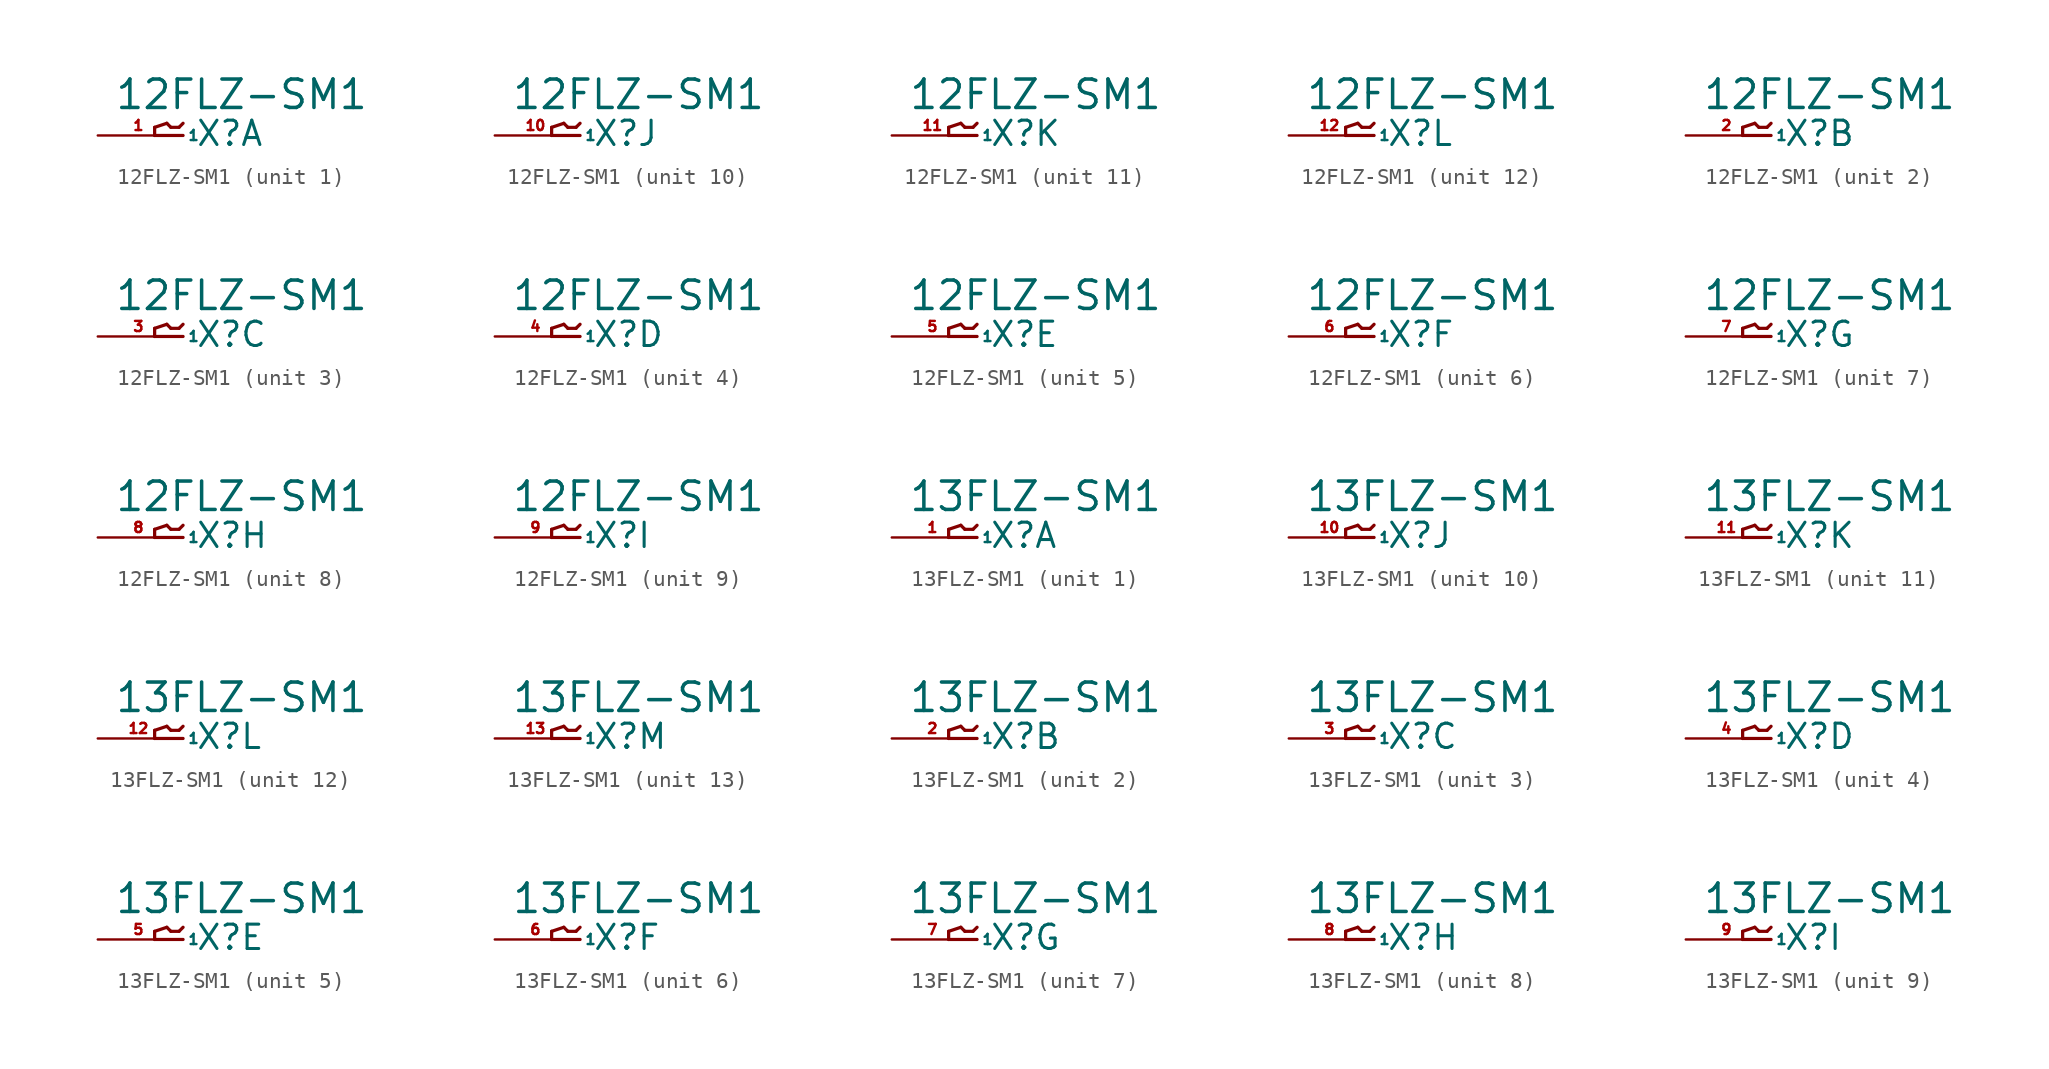
<source format=kicad_sym>
(kicad_symbol_lib
  (version 20220914)
  (generator Eagle2Kicad)
  (symbol "12FLZ-SM1"
    (property "Reference" "X"
      (at 1.016 -0.762 0)
      (effects (font (size 1.524 1.524) (thickness 0.19)) (justify left bottom)))
    (property "Value" "12FLZ-SM1"
      (at -4.064 1.524 0)
      (effects (font (size 1.778 1.778) (thickness 0.22)) (justify left bottom)))
    (symbol "12FLZ-SM1_1_0"
      (polyline (pts (xy 0.254 0) (xy -1.524 0)) (stroke (width 0.203) (type default)) (fill (type none)))
      (polyline (pts (xy -1.524 0) (xy -1.524 0.508)) (stroke (width 0.203) (type default)) (fill (type none)))
      (polyline (pts (xy -1.524 0.508) (xy -0.762 0.762)) (stroke (width 0.203) (type default)) (fill (type none)))
      (polyline (pts (xy -0.762 0.762) (xy -0.508 0.508)) (stroke (width 0.203) (type default)) (fill (type none)))
      (polyline (pts (xy -0.508 0.508) (xy 0 0.508)) (stroke (width 0.203) (type default)) (fill (type none)))
      (polyline (pts (xy 0 0.508) (xy 0.254 0.762)) (stroke (width 0.203) (type default)) (fill (type none)))
      (pin passive line (at -5.08 0 0) (length 5.08) (name "1" (effects (font (size 0.635 0.635) (thickness 0.08)) (justify left bottom))) (number "1" (effects (font (size 0.635 0.635) (thickness 0.08)) (justify left bottom)))))
    (symbol "12FLZ-SM1_2_0"
      (polyline (pts (xy 0.254 0) (xy -1.524 0)) (stroke (width 0.203) (type default)) (fill (type none)))
      (polyline (pts (xy -1.524 0) (xy -1.524 0.508)) (stroke (width 0.203) (type default)) (fill (type none)))
      (polyline (pts (xy -1.524 0.508) (xy -0.762 0.762)) (stroke (width 0.203) (type default)) (fill (type none)))
      (polyline (pts (xy -0.762 0.762) (xy -0.508 0.508)) (stroke (width 0.203) (type default)) (fill (type none)))
      (polyline (pts (xy -0.508 0.508) (xy 0 0.508)) (stroke (width 0.203) (type default)) (fill (type none)))
      (polyline (pts (xy 0 0.508) (xy 0.254 0.762)) (stroke (width 0.203) (type default)) (fill (type none)))
      (pin passive line (at -5.08 0 0) (length 5.08) (name "1" (effects (font (size 0.635 0.635) (thickness 0.08)) (justify left bottom))) (number "2" (effects (font (size 0.635 0.635) (thickness 0.08)) (justify left bottom)))))
    (symbol "12FLZ-SM1_3_0"
      (polyline (pts (xy 0.254 0) (xy -1.524 0)) (stroke (width 0.203) (type default)) (fill (type none)))
      (polyline (pts (xy -1.524 0) (xy -1.524 0.508)) (stroke (width 0.203) (type default)) (fill (type none)))
      (polyline (pts (xy -1.524 0.508) (xy -0.762 0.762)) (stroke (width 0.203) (type default)) (fill (type none)))
      (polyline (pts (xy -0.762 0.762) (xy -0.508 0.508)) (stroke (width 0.203) (type default)) (fill (type none)))
      (polyline (pts (xy -0.508 0.508) (xy 0 0.508)) (stroke (width 0.203) (type default)) (fill (type none)))
      (polyline (pts (xy 0 0.508) (xy 0.254 0.762)) (stroke (width 0.203) (type default)) (fill (type none)))
      (pin passive line (at -5.08 0 0) (length 5.08) (name "1" (effects (font (size 0.635 0.635) (thickness 0.08)) (justify left bottom))) (number "3" (effects (font (size 0.635 0.635) (thickness 0.08)) (justify left bottom)))))
    (symbol "12FLZ-SM1_4_0"
      (polyline (pts (xy 0.254 0) (xy -1.524 0)) (stroke (width 0.203) (type default)) (fill (type none)))
      (polyline (pts (xy -1.524 0) (xy -1.524 0.508)) (stroke (width 0.203) (type default)) (fill (type none)))
      (polyline (pts (xy -1.524 0.508) (xy -0.762 0.762)) (stroke (width 0.203) (type default)) (fill (type none)))
      (polyline (pts (xy -0.762 0.762) (xy -0.508 0.508)) (stroke (width 0.203) (type default)) (fill (type none)))
      (polyline (pts (xy -0.508 0.508) (xy 0 0.508)) (stroke (width 0.203) (type default)) (fill (type none)))
      (polyline (pts (xy 0 0.508) (xy 0.254 0.762)) (stroke (width 0.203) (type default)) (fill (type none)))
      (pin passive line (at -5.08 0 0) (length 5.08) (name "1" (effects (font (size 0.635 0.635) (thickness 0.08)) (justify left bottom))) (number "4" (effects (font (size 0.635 0.635) (thickness 0.08)) (justify left bottom)))))
    (symbol "12FLZ-SM1_5_0"
      (polyline (pts (xy 0.254 0) (xy -1.524 0)) (stroke (width 0.203) (type default)) (fill (type none)))
      (polyline (pts (xy -1.524 0) (xy -1.524 0.508)) (stroke (width 0.203) (type default)) (fill (type none)))
      (polyline (pts (xy -1.524 0.508) (xy -0.762 0.762)) (stroke (width 0.203) (type default)) (fill (type none)))
      (polyline (pts (xy -0.762 0.762) (xy -0.508 0.508)) (stroke (width 0.203) (type default)) (fill (type none)))
      (polyline (pts (xy -0.508 0.508) (xy 0 0.508)) (stroke (width 0.203) (type default)) (fill (type none)))
      (polyline (pts (xy 0 0.508) (xy 0.254 0.762)) (stroke (width 0.203) (type default)) (fill (type none)))
      (pin passive line (at -5.08 0 0) (length 5.08) (name "1" (effects (font (size 0.635 0.635) (thickness 0.08)) (justify left bottom))) (number "5" (effects (font (size 0.635 0.635) (thickness 0.08)) (justify left bottom)))))
    (symbol "12FLZ-SM1_6_0"
      (polyline (pts (xy 0.254 0) (xy -1.524 0)) (stroke (width 0.203) (type default)) (fill (type none)))
      (polyline (pts (xy -1.524 0) (xy -1.524 0.508)) (stroke (width 0.203) (type default)) (fill (type none)))
      (polyline (pts (xy -1.524 0.508) (xy -0.762 0.762)) (stroke (width 0.203) (type default)) (fill (type none)))
      (polyline (pts (xy -0.762 0.762) (xy -0.508 0.508)) (stroke (width 0.203) (type default)) (fill (type none)))
      (polyline (pts (xy -0.508 0.508) (xy 0 0.508)) (stroke (width 0.203) (type default)) (fill (type none)))
      (polyline (pts (xy 0 0.508) (xy 0.254 0.762)) (stroke (width 0.203) (type default)) (fill (type none)))
      (pin passive line (at -5.08 0 0) (length 5.08) (name "1" (effects (font (size 0.635 0.635) (thickness 0.08)) (justify left bottom))) (number "6" (effects (font (size 0.635 0.635) (thickness 0.08)) (justify left bottom)))))
    (symbol "12FLZ-SM1_7_0"
      (polyline (pts (xy 0.254 0) (xy -1.524 0)) (stroke (width 0.203) (type default)) (fill (type none)))
      (polyline (pts (xy -1.524 0) (xy -1.524 0.508)) (stroke (width 0.203) (type default)) (fill (type none)))
      (polyline (pts (xy -1.524 0.508) (xy -0.762 0.762)) (stroke (width 0.203) (type default)) (fill (type none)))
      (polyline (pts (xy -0.762 0.762) (xy -0.508 0.508)) (stroke (width 0.203) (type default)) (fill (type none)))
      (polyline (pts (xy -0.508 0.508) (xy 0 0.508)) (stroke (width 0.203) (type default)) (fill (type none)))
      (polyline (pts (xy 0 0.508) (xy 0.254 0.762)) (stroke (width 0.203) (type default)) (fill (type none)))
      (pin passive line (at -5.08 0 0) (length 5.08) (name "1" (effects (font (size 0.635 0.635) (thickness 0.08)) (justify left bottom))) (number "7" (effects (font (size 0.635 0.635) (thickness 0.08)) (justify left bottom)))))
    (symbol "12FLZ-SM1_8_0"
      (polyline (pts (xy 0.254 0) (xy -1.524 0)) (stroke (width 0.203) (type default)) (fill (type none)))
      (polyline (pts (xy -1.524 0) (xy -1.524 0.508)) (stroke (width 0.203) (type default)) (fill (type none)))
      (polyline (pts (xy -1.524 0.508) (xy -0.762 0.762)) (stroke (width 0.203) (type default)) (fill (type none)))
      (polyline (pts (xy -0.762 0.762) (xy -0.508 0.508)) (stroke (width 0.203) (type default)) (fill (type none)))
      (polyline (pts (xy -0.508 0.508) (xy 0 0.508)) (stroke (width 0.203) (type default)) (fill (type none)))
      (polyline (pts (xy 0 0.508) (xy 0.254 0.762)) (stroke (width 0.203) (type default)) (fill (type none)))
      (pin passive line (at -5.08 0 0) (length 5.08) (name "1" (effects (font (size 0.635 0.635) (thickness 0.08)) (justify left bottom))) (number "8" (effects (font (size 0.635 0.635) (thickness 0.08)) (justify left bottom)))))
    (symbol "12FLZ-SM1_9_0"
      (polyline (pts (xy 0.254 0) (xy -1.524 0)) (stroke (width 0.203) (type default)) (fill (type none)))
      (polyline (pts (xy -1.524 0) (xy -1.524 0.508)) (stroke (width 0.203) (type default)) (fill (type none)))
      (polyline (pts (xy -1.524 0.508) (xy -0.762 0.762)) (stroke (width 0.203) (type default)) (fill (type none)))
      (polyline (pts (xy -0.762 0.762) (xy -0.508 0.508)) (stroke (width 0.203) (type default)) (fill (type none)))
      (polyline (pts (xy -0.508 0.508) (xy 0 0.508)) (stroke (width 0.203) (type default)) (fill (type none)))
      (polyline (pts (xy 0 0.508) (xy 0.254 0.762)) (stroke (width 0.203) (type default)) (fill (type none)))
      (pin passive line (at -5.08 0 0) (length 5.08) (name "1" (effects (font (size 0.635 0.635) (thickness 0.08)) (justify left bottom))) (number "9" (effects (font (size 0.635 0.635) (thickness 0.08)) (justify left bottom)))))
    (symbol "12FLZ-SM1_10_0"
      (polyline (pts (xy 0.254 0) (xy -1.524 0)) (stroke (width 0.203) (type default)) (fill (type none)))
      (polyline (pts (xy -1.524 0) (xy -1.524 0.508)) (stroke (width 0.203) (type default)) (fill (type none)))
      (polyline (pts (xy -1.524 0.508) (xy -0.762 0.762)) (stroke (width 0.203) (type default)) (fill (type none)))
      (polyline (pts (xy -0.762 0.762) (xy -0.508 0.508)) (stroke (width 0.203) (type default)) (fill (type none)))
      (polyline (pts (xy -0.508 0.508) (xy 0 0.508)) (stroke (width 0.203) (type default)) (fill (type none)))
      (polyline (pts (xy 0 0.508) (xy 0.254 0.762)) (stroke (width 0.203) (type default)) (fill (type none)))
      (pin passive line (at -5.08 0 0) (length 5.08) (name "1" (effects (font (size 0.635 0.635) (thickness 0.08)) (justify left bottom))) (number "10" (effects (font (size 0.635 0.635) (thickness 0.08)) (justify left bottom)))))
    (symbol "12FLZ-SM1_11_0"
      (polyline (pts (xy 0.254 0) (xy -1.524 0)) (stroke (width 0.203) (type default)) (fill (type none)))
      (polyline (pts (xy -1.524 0) (xy -1.524 0.508)) (stroke (width 0.203) (type default)) (fill (type none)))
      (polyline (pts (xy -1.524 0.508) (xy -0.762 0.762)) (stroke (width 0.203) (type default)) (fill (type none)))
      (polyline (pts (xy -0.762 0.762) (xy -0.508 0.508)) (stroke (width 0.203) (type default)) (fill (type none)))
      (polyline (pts (xy -0.508 0.508) (xy 0 0.508)) (stroke (width 0.203) (type default)) (fill (type none)))
      (polyline (pts (xy 0 0.508) (xy 0.254 0.762)) (stroke (width 0.203) (type default)) (fill (type none)))
      (pin passive line (at -5.08 0 0) (length 5.08) (name "1" (effects (font (size 0.635 0.635) (thickness 0.08)) (justify left bottom))) (number "11" (effects (font (size 0.635 0.635) (thickness 0.08)) (justify left bottom)))))
    (symbol "12FLZ-SM1_12_0"
      (polyline (pts (xy 0.254 0) (xy -1.524 0)) (stroke (width 0.203) (type default)) (fill (type none)))
      (polyline (pts (xy -1.524 0) (xy -1.524 0.508)) (stroke (width 0.203) (type default)) (fill (type none)))
      (polyline (pts (xy -1.524 0.508) (xy -0.762 0.762)) (stroke (width 0.203) (type default)) (fill (type none)))
      (polyline (pts (xy -0.762 0.762) (xy -0.508 0.508)) (stroke (width 0.203) (type default)) (fill (type none)))
      (polyline (pts (xy -0.508 0.508) (xy 0 0.508)) (stroke (width 0.203) (type default)) (fill (type none)))
      (polyline (pts (xy 0 0.508) (xy 0.254 0.762)) (stroke (width 0.203) (type default)) (fill (type none)))
      (pin passive line (at -5.08 0 0) (length 5.08) (name "1" (effects (font (size 0.635 0.635) (thickness 0.08)) (justify left bottom))) (number "12" (effects (font (size 0.635 0.635) (thickness 0.08)) (justify left bottom))))))
  (symbol "13FLZ-SM1"
    (property "Reference" "X"
      (at 1.016 -0.762 0)
      (effects (font (size 1.524 1.524) (thickness 0.19)) (justify left bottom)))
    (property "Value" "13FLZ-SM1"
      (at -4.064 1.524 0)
      (effects (font (size 1.778 1.778) (thickness 0.22)) (justify left bottom)))
    (symbol "13FLZ-SM1_1_0"
      (polyline (pts (xy 0.254 0) (xy -1.524 0)) (stroke (width 0.203) (type default)) (fill (type none)))
      (polyline (pts (xy -1.524 0) (xy -1.524 0.508)) (stroke (width 0.203) (type default)) (fill (type none)))
      (polyline (pts (xy -1.524 0.508) (xy -0.762 0.762)) (stroke (width 0.203) (type default)) (fill (type none)))
      (polyline (pts (xy -0.762 0.762) (xy -0.508 0.508)) (stroke (width 0.203) (type default)) (fill (type none)))
      (polyline (pts (xy -0.508 0.508) (xy 0 0.508)) (stroke (width 0.203) (type default)) (fill (type none)))
      (polyline (pts (xy 0 0.508) (xy 0.254 0.762)) (stroke (width 0.203) (type default)) (fill (type none)))
      (pin passive line (at -5.08 0 0) (length 5.08) (name "1" (effects (font (size 0.635 0.635) (thickness 0.08)) (justify left bottom))) (number "1" (effects (font (size 0.635 0.635) (thickness 0.08)) (justify left bottom)))))
    (symbol "13FLZ-SM1_2_0"
      (polyline (pts (xy 0.254 0) (xy -1.524 0)) (stroke (width 0.203) (type default)) (fill (type none)))
      (polyline (pts (xy -1.524 0) (xy -1.524 0.508)) (stroke (width 0.203) (type default)) (fill (type none)))
      (polyline (pts (xy -1.524 0.508) (xy -0.762 0.762)) (stroke (width 0.203) (type default)) (fill (type none)))
      (polyline (pts (xy -0.762 0.762) (xy -0.508 0.508)) (stroke (width 0.203) (type default)) (fill (type none)))
      (polyline (pts (xy -0.508 0.508) (xy 0 0.508)) (stroke (width 0.203) (type default)) (fill (type none)))
      (polyline (pts (xy 0 0.508) (xy 0.254 0.762)) (stroke (width 0.203) (type default)) (fill (type none)))
      (pin passive line (at -5.08 0 0) (length 5.08) (name "1" (effects (font (size 0.635 0.635) (thickness 0.08)) (justify left bottom))) (number "2" (effects (font (size 0.635 0.635) (thickness 0.08)) (justify left bottom)))))
    (symbol "13FLZ-SM1_3_0"
      (polyline (pts (xy 0.254 0) (xy -1.524 0)) (stroke (width 0.203) (type default)) (fill (type none)))
      (polyline (pts (xy -1.524 0) (xy -1.524 0.508)) (stroke (width 0.203) (type default)) (fill (type none)))
      (polyline (pts (xy -1.524 0.508) (xy -0.762 0.762)) (stroke (width 0.203) (type default)) (fill (type none)))
      (polyline (pts (xy -0.762 0.762) (xy -0.508 0.508)) (stroke (width 0.203) (type default)) (fill (type none)))
      (polyline (pts (xy -0.508 0.508) (xy 0 0.508)) (stroke (width 0.203) (type default)) (fill (type none)))
      (polyline (pts (xy 0 0.508) (xy 0.254 0.762)) (stroke (width 0.203) (type default)) (fill (type none)))
      (pin passive line (at -5.08 0 0) (length 5.08) (name "1" (effects (font (size 0.635 0.635) (thickness 0.08)) (justify left bottom))) (number "3" (effects (font (size 0.635 0.635) (thickness 0.08)) (justify left bottom)))))
    (symbol "13FLZ-SM1_4_0"
      (polyline (pts (xy 0.254 0) (xy -1.524 0)) (stroke (width 0.203) (type default)) (fill (type none)))
      (polyline (pts (xy -1.524 0) (xy -1.524 0.508)) (stroke (width 0.203) (type default)) (fill (type none)))
      (polyline (pts (xy -1.524 0.508) (xy -0.762 0.762)) (stroke (width 0.203) (type default)) (fill (type none)))
      (polyline (pts (xy -0.762 0.762) (xy -0.508 0.508)) (stroke (width 0.203) (type default)) (fill (type none)))
      (polyline (pts (xy -0.508 0.508) (xy 0 0.508)) (stroke (width 0.203) (type default)) (fill (type none)))
      (polyline (pts (xy 0 0.508) (xy 0.254 0.762)) (stroke (width 0.203) (type default)) (fill (type none)))
      (pin passive line (at -5.08 0 0) (length 5.08) (name "1" (effects (font (size 0.635 0.635) (thickness 0.08)) (justify left bottom))) (number "4" (effects (font (size 0.635 0.635) (thickness 0.08)) (justify left bottom)))))
    (symbol "13FLZ-SM1_5_0"
      (polyline (pts (xy 0.254 0) (xy -1.524 0)) (stroke (width 0.203) (type default)) (fill (type none)))
      (polyline (pts (xy -1.524 0) (xy -1.524 0.508)) (stroke (width 0.203) (type default)) (fill (type none)))
      (polyline (pts (xy -1.524 0.508) (xy -0.762 0.762)) (stroke (width 0.203) (type default)) (fill (type none)))
      (polyline (pts (xy -0.762 0.762) (xy -0.508 0.508)) (stroke (width 0.203) (type default)) (fill (type none)))
      (polyline (pts (xy -0.508 0.508) (xy 0 0.508)) (stroke (width 0.203) (type default)) (fill (type none)))
      (polyline (pts (xy 0 0.508) (xy 0.254 0.762)) (stroke (width 0.203) (type default)) (fill (type none)))
      (pin passive line (at -5.08 0 0) (length 5.08) (name "1" (effects (font (size 0.635 0.635) (thickness 0.08)) (justify left bottom))) (number "5" (effects (font (size 0.635 0.635) (thickness 0.08)) (justify left bottom)))))
    (symbol "13FLZ-SM1_6_0"
      (polyline (pts (xy 0.254 0) (xy -1.524 0)) (stroke (width 0.203) (type default)) (fill (type none)))
      (polyline (pts (xy -1.524 0) (xy -1.524 0.508)) (stroke (width 0.203) (type default)) (fill (type none)))
      (polyline (pts (xy -1.524 0.508) (xy -0.762 0.762)) (stroke (width 0.203) (type default)) (fill (type none)))
      (polyline (pts (xy -0.762 0.762) (xy -0.508 0.508)) (stroke (width 0.203) (type default)) (fill (type none)))
      (polyline (pts (xy -0.508 0.508) (xy 0 0.508)) (stroke (width 0.203) (type default)) (fill (type none)))
      (polyline (pts (xy 0 0.508) (xy 0.254 0.762)) (stroke (width 0.203) (type default)) (fill (type none)))
      (pin passive line (at -5.08 0 0) (length 5.08) (name "1" (effects (font (size 0.635 0.635) (thickness 0.08)) (justify left bottom))) (number "6" (effects (font (size 0.635 0.635) (thickness 0.08)) (justify left bottom)))))
    (symbol "13FLZ-SM1_7_0"
      (polyline (pts (xy 0.254 0) (xy -1.524 0)) (stroke (width 0.203) (type default)) (fill (type none)))
      (polyline (pts (xy -1.524 0) (xy -1.524 0.508)) (stroke (width 0.203) (type default)) (fill (type none)))
      (polyline (pts (xy -1.524 0.508) (xy -0.762 0.762)) (stroke (width 0.203) (type default)) (fill (type none)))
      (polyline (pts (xy -0.762 0.762) (xy -0.508 0.508)) (stroke (width 0.203) (type default)) (fill (type none)))
      (polyline (pts (xy -0.508 0.508) (xy 0 0.508)) (stroke (width 0.203) (type default)) (fill (type none)))
      (polyline (pts (xy 0 0.508) (xy 0.254 0.762)) (stroke (width 0.203) (type default)) (fill (type none)))
      (pin passive line (at -5.08 0 0) (length 5.08) (name "1" (effects (font (size 0.635 0.635) (thickness 0.08)) (justify left bottom))) (number "7" (effects (font (size 0.635 0.635) (thickness 0.08)) (justify left bottom)))))
    (symbol "13FLZ-SM1_8_0"
      (polyline (pts (xy 0.254 0) (xy -1.524 0)) (stroke (width 0.203) (type default)) (fill (type none)))
      (polyline (pts (xy -1.524 0) (xy -1.524 0.508)) (stroke (width 0.203) (type default)) (fill (type none)))
      (polyline (pts (xy -1.524 0.508) (xy -0.762 0.762)) (stroke (width 0.203) (type default)) (fill (type none)))
      (polyline (pts (xy -0.762 0.762) (xy -0.508 0.508)) (stroke (width 0.203) (type default)) (fill (type none)))
      (polyline (pts (xy -0.508 0.508) (xy 0 0.508)) (stroke (width 0.203) (type default)) (fill (type none)))
      (polyline (pts (xy 0 0.508) (xy 0.254 0.762)) (stroke (width 0.203) (type default)) (fill (type none)))
      (pin passive line (at -5.08 0 0) (length 5.08) (name "1" (effects (font (size 0.635 0.635) (thickness 0.08)) (justify left bottom))) (number "8" (effects (font (size 0.635 0.635) (thickness 0.08)) (justify left bottom)))))
    (symbol "13FLZ-SM1_9_0"
      (polyline (pts (xy 0.254 0) (xy -1.524 0)) (stroke (width 0.203) (type default)) (fill (type none)))
      (polyline (pts (xy -1.524 0) (xy -1.524 0.508)) (stroke (width 0.203) (type default)) (fill (type none)))
      (polyline (pts (xy -1.524 0.508) (xy -0.762 0.762)) (stroke (width 0.203) (type default)) (fill (type none)))
      (polyline (pts (xy -0.762 0.762) (xy -0.508 0.508)) (stroke (width 0.203) (type default)) (fill (type none)))
      (polyline (pts (xy -0.508 0.508) (xy 0 0.508)) (stroke (width 0.203) (type default)) (fill (type none)))
      (polyline (pts (xy 0 0.508) (xy 0.254 0.762)) (stroke (width 0.203) (type default)) (fill (type none)))
      (pin passive line (at -5.08 0 0) (length 5.08) (name "1" (effects (font (size 0.635 0.635) (thickness 0.08)) (justify left bottom))) (number "9" (effects (font (size 0.635 0.635) (thickness 0.08)) (justify left bottom)))))
    (symbol "13FLZ-SM1_10_0"
      (polyline (pts (xy 0.254 0) (xy -1.524 0)) (stroke (width 0.203) (type default)) (fill (type none)))
      (polyline (pts (xy -1.524 0) (xy -1.524 0.508)) (stroke (width 0.203) (type default)) (fill (type none)))
      (polyline (pts (xy -1.524 0.508) (xy -0.762 0.762)) (stroke (width 0.203) (type default)) (fill (type none)))
      (polyline (pts (xy -0.762 0.762) (xy -0.508 0.508)) (stroke (width 0.203) (type default)) (fill (type none)))
      (polyline (pts (xy -0.508 0.508) (xy 0 0.508)) (stroke (width 0.203) (type default)) (fill (type none)))
      (polyline (pts (xy 0 0.508) (xy 0.254 0.762)) (stroke (width 0.203) (type default)) (fill (type none)))
      (pin passive line (at -5.08 0 0) (length 5.08) (name "1" (effects (font (size 0.635 0.635) (thickness 0.08)) (justify left bottom))) (number "10" (effects (font (size 0.635 0.635) (thickness 0.08)) (justify left bottom)))))
    (symbol "13FLZ-SM1_11_0"
      (polyline (pts (xy 0.254 0) (xy -1.524 0)) (stroke (width 0.203) (type default)) (fill (type none)))
      (polyline (pts (xy -1.524 0) (xy -1.524 0.508)) (stroke (width 0.203) (type default)) (fill (type none)))
      (polyline (pts (xy -1.524 0.508) (xy -0.762 0.762)) (stroke (width 0.203) (type default)) (fill (type none)))
      (polyline (pts (xy -0.762 0.762) (xy -0.508 0.508)) (stroke (width 0.203) (type default)) (fill (type none)))
      (polyline (pts (xy -0.508 0.508) (xy 0 0.508)) (stroke (width 0.203) (type default)) (fill (type none)))
      (polyline (pts (xy 0 0.508) (xy 0.254 0.762)) (stroke (width 0.203) (type default)) (fill (type none)))
      (pin passive line (at -5.08 0 0) (length 5.08) (name "1" (effects (font (size 0.635 0.635) (thickness 0.08)) (justify left bottom))) (number "11" (effects (font (size 0.635 0.635) (thickness 0.08)) (justify left bottom)))))
    (symbol "13FLZ-SM1_12_0"
      (polyline (pts (xy 0.254 0) (xy -1.524 0)) (stroke (width 0.203) (type default)) (fill (type none)))
      (polyline (pts (xy -1.524 0) (xy -1.524 0.508)) (stroke (width 0.203) (type default)) (fill (type none)))
      (polyline (pts (xy -1.524 0.508) (xy -0.762 0.762)) (stroke (width 0.203) (type default)) (fill (type none)))
      (polyline (pts (xy -0.762 0.762) (xy -0.508 0.508)) (stroke (width 0.203) (type default)) (fill (type none)))
      (polyline (pts (xy -0.508 0.508) (xy 0 0.508)) (stroke (width 0.203) (type default)) (fill (type none)))
      (polyline (pts (xy 0 0.508) (xy 0.254 0.762)) (stroke (width 0.203) (type default)) (fill (type none)))
      (pin passive line (at -5.08 0 0) (length 5.08) (name "1" (effects (font (size 0.635 0.635) (thickness 0.08)) (justify left bottom))) (number "12" (effects (font (size 0.635 0.635) (thickness 0.08)) (justify left bottom)))))
    (symbol "13FLZ-SM1_13_0"
      (polyline (pts (xy 0.254 0) (xy -1.524 0)) (stroke (width 0.203) (type default)) (fill (type none)))
      (polyline (pts (xy -1.524 0) (xy -1.524 0.508)) (stroke (width 0.203) (type default)) (fill (type none)))
      (polyline (pts (xy -1.524 0.508) (xy -0.762 0.762)) (stroke (width 0.203) (type default)) (fill (type none)))
      (polyline (pts (xy -0.762 0.762) (xy -0.508 0.508)) (stroke (width 0.203) (type default)) (fill (type none)))
      (polyline (pts (xy -0.508 0.508) (xy 0 0.508)) (stroke (width 0.203) (type default)) (fill (type none)))
      (polyline (pts (xy 0 0.508) (xy 0.254 0.762)) (stroke (width 0.203) (type default)) (fill (type none)))
      (pin passive line (at -5.08 0 0) (length 5.08) (name "1" (effects (font (size 0.635 0.635) (thickness 0.08)) (justify left bottom))) (number "13" (effects (font (size 0.635 0.635) (thickness 0.08)) (justify left bottom)))))))
</source>
